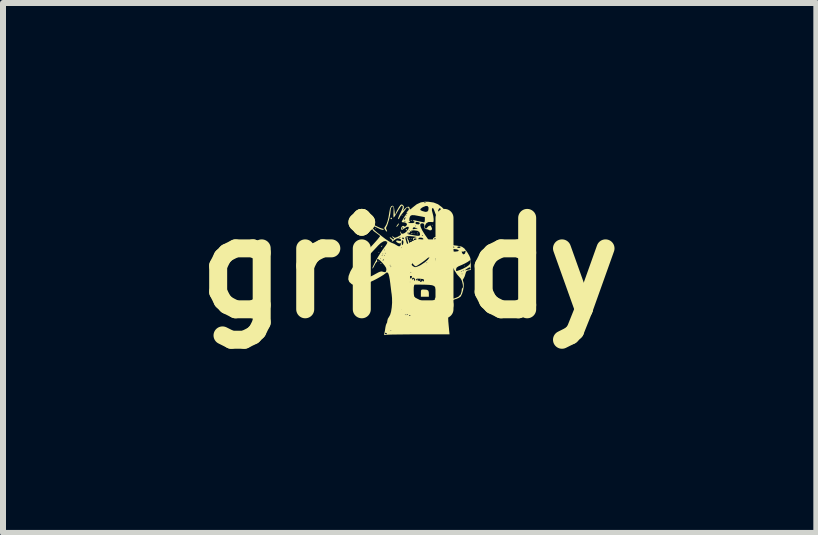
<source format=kicad_pcb>
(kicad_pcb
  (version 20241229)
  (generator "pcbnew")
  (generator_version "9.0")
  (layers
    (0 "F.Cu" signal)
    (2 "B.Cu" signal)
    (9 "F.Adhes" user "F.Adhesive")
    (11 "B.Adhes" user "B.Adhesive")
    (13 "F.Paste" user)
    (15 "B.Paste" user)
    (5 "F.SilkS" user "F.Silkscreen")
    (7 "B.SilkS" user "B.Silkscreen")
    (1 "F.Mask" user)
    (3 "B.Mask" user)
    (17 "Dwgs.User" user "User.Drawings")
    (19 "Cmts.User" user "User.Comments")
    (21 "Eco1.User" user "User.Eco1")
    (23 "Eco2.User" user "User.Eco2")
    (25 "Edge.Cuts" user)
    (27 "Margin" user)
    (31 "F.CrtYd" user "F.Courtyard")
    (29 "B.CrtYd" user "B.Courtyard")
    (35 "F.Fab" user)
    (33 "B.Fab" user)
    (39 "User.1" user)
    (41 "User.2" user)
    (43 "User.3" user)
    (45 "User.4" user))
  (footprint "griddy"
    (layer "F.Cu")
    (at 3.781 1.418)
    (property "Reference" "griddy" (at 0 0 0) (layer "F.SilkS") (effects (font (size 1.524 1.524) (thickness 0.3))))
    (attr board_only exclude_from_pos_files exclude_from_bom)
    (fp_poly (pts (xy -0.56 -0.66) (xy -0.567 -0.653) (xy -0.573 -0.66) (xy -0.567 -0.667)) (stroke (width 0) (type solid)) (fill yes) (layer "F.SilkS"))
    (fp_poly (pts (xy -0.507 -0.26) (xy -0.513 -0.253) (xy -0.52 -0.26) (xy -0.513 -0.267)) (stroke (width 0) (type solid)) (fill yes) (layer "F.SilkS"))
    (fp_poly (pts (xy -0.507 -0.113) (xy -0.513 -0.107) (xy -0.52 -0.113) (xy -0.513 -0.12)) (stroke (width 0) (type solid)) (fill yes) (layer "F.SilkS"))
    (fp_poly (pts (xy -0.387 -0.433) (xy -0.393 -0.427) (xy -0.4 -0.433) (xy -0.393 -0.44)) (stroke (width 0) (type solid)) (fill yes) (layer "F.SilkS"))
    (fp_poly (pts (xy -0.12 -0.873) (xy -0.127 -0.867) (xy -0.133 -0.873) (xy -0.127 -0.88)) (stroke (width 0) (type solid)) (fill yes) (layer "F.SilkS"))
    (fp_poly (pts (xy 0.027 -0.46) (xy 0.02 -0.453) (xy 0.013 -0.46) (xy 0.02 -0.467)) (stroke (width 0) (type solid)) (fill yes) (layer "F.SilkS"))
    (fp_poly (pts (xy 0.04 -0.607) (xy 0.033 -0.6) (xy 0.027 -0.607) (xy 0.033 -0.613)) (stroke (width 0) (type solid)) (fill yes) (layer "F.SilkS"))
    (fp_poly (pts (xy 0.04 -0.487) (xy 0.033 -0.48) (xy 0.027 -0.487) (xy 0.033 -0.493)) (stroke (width 0) (type solid)) (fill yes) (layer "F.SilkS"))
    (fp_poly (pts (xy 0.08 -0.58) (xy 0.073 -0.573) (xy 0.067 -0.58) (xy 0.073 -0.587)) (stroke (width 0) (type solid)) (fill yes) (layer "F.SilkS"))
    (fp_poly (pts (xy 0.12 0.727) (xy 0.113 0.733) (xy 0.107 0.727) (xy 0.113 0.72)) (stroke (width 0) (type solid)) (fill yes) (layer "F.SilkS"))
    (fp_poly (pts (xy 0.133 -0.593) (xy 0.127 -0.587) (xy 0.12 -0.593) (xy 0.127 -0.6)) (stroke (width 0) (type solid)) (fill yes) (layer "F.SilkS"))
    (fp_poly (pts (xy 0.133 -0.567) (xy 0.127 -0.56) (xy 0.12 -0.567) (xy 0.127 -0.573)) (stroke (width 0) (type solid)) (fill yes) (layer "F.SilkS"))
    (fp_poly (pts (xy 0.133 -0.22) (xy 0.127 -0.213) (xy 0.12 -0.22) (xy 0.127 -0.227)) (stroke (width 0) (type solid)) (fill yes) (layer "F.SilkS"))
    (fp_poly (pts (xy 0.373 -0.433) (xy 0.367 -0.427) (xy 0.36 -0.433) (xy 0.367 -0.44)) (stroke (width 0) (type solid)) (fill yes) (layer "F.SilkS"))
    (fp_poly (pts (xy 0.387 -0.713) (xy 0.38 -0.707) (xy 0.373 -0.713) (xy 0.38 -0.72)) (stroke (width 0) (type solid)) (fill yes) (layer "F.SilkS"))
    (fp_poly (pts (xy 0.493 -0.793) (xy 0.487 -0.787) (xy 0.48 -0.793) (xy 0.487 -0.8)) (stroke (width 0) (type solid)) (fill yes) (layer "F.SilkS"))
    (fp_poly (pts (xy 0.92 -0.033) (xy 0.913 -0.027) (xy 0.907 -0.033) (xy 0.913 -0.04)) (stroke (width 0) (type solid)) (fill yes) (layer "F.SilkS"))
    (fp_poly (pts (xy -0.471 -0.076) (xy -0.473 -0.068) (xy -0.48 -0.067) (xy -0.491 -0.072) (xy -0.489 -0.076) (xy -0.473 -0.077)) (stroke (width 0) (type solid)) (fill yes) (layer "F.SilkS"))
    (fp_poly (pts (xy 0.009 -0.489) (xy 0.007 -0.481) (xy 0 -0.48) (xy -0.011 -0.485) (xy -0.009 -0.489) (xy 0.007 -0.49)) (stroke (width 0) (type solid)) (fill yes) (layer "F.SilkS"))
    (fp_poly (pts (xy 0.036 -0.796) (xy 0.034 -0.788) (xy 0.027 -0.787) (xy 0.016 -0.792) (xy 0.018 -0.796) (xy 0.034 -0.797)) (stroke (width 0) (type solid)) (fill yes) (layer "F.SilkS"))
    (fp_poly (pts (xy 0.05 -0.581) (xy 0.046 -0.575) (xy 0.032 -0.574) (xy 0.018 -0.578) (xy 0.024 -0.582) (xy 0.045 -0.584)) (stroke (width 0) (type solid)) (fill yes) (layer "F.SilkS"))
    (fp_poly (pts (xy 0.076 -0.262) (xy 0.074 -0.254) (xy 0.067 -0.253) (xy 0.056 -0.258) (xy 0.058 -0.262) (xy 0.074 -0.264)) (stroke (width 0) (type solid)) (fill yes) (layer "F.SilkS"))
    (fp_poly (pts (xy 0.182 0.191) (xy 0.184 0.207) (xy 0.182 0.209) (xy 0.174 0.207) (xy 0.173 0.2) (xy 0.178 0.189)) (stroke (width 0) (type solid)) (fill yes) (layer "F.SilkS"))
    (fp_poly (pts (xy 0.476 -0.729) (xy 0.474 -0.721) (xy 0.467 -0.72) (xy 0.456 -0.725) (xy 0.458 -0.729) (xy 0.474 -0.73)) (stroke (width 0) (type solid)) (fill yes) (layer "F.SilkS"))
    (fp_poly (pts (xy 0.466 -0.777) (xy 0.471 -0.767) (xy 0.475 -0.748) (xy 0.466 -0.752) (xy 0.459 -0.761) (xy 0.455 -0.778) (xy 0.457 -0.781)) (stroke (width 0) (type solid)) (fill yes) (layer "F.SilkS"))
    (fp_poly (pts (xy 0.501 -0.938) (xy 0.498 -0.927) (xy 0.488 -0.909) (xy 0.481 -0.912) (xy 0.48 -0.919) (xy 0.49 -0.937) (xy 0.493 -0.94)) (stroke (width 0) (type solid)) (fill yes) (layer "F.SilkS"))
    (fp_poly (pts (xy -0.458 -0.365) (xy -0.46 -0.36) (xy -0.473 -0.347) (xy -0.475 -0.347) (xy -0.476 -0.355) (xy -0.473 -0.36) (xy -0.461 -0.373) (xy -0.458 -0.373)) (stroke (width 0) (type solid)) (fill yes) (layer "F.SilkS"))
    (fp_poly (pts (xy -0.294 -0.83) (xy -0.293 -0.827) (xy -0.303 -0.814) (xy -0.307 -0.813) (xy -0.32 -0.823) (xy -0.32 -0.827) (xy -0.31 -0.84) (xy -0.307 -0.84)) (stroke (width 0) (type solid)) (fill yes) (layer "F.SilkS"))
    (fp_poly (pts (xy -0.053 -0.647) (xy -0.041 -0.635) (xy -0.04 -0.633) (xy -0.05 -0.627) (xy -0.053 -0.627) (xy -0.066 -0.637) (xy -0.067 -0.641) (xy -0.058 -0.649)) (stroke (width 0) (type solid)) (fill yes) (layer "F.SilkS"))
    (fp_poly (pts (xy 0.066 -0.443) (xy 0.067 -0.44) (xy 0.057 -0.427) (xy 0.053 -0.427) (xy 0.04 -0.437) (xy 0.04 -0.44) (xy 0.05 -0.453) (xy 0.053 -0.453)) (stroke (width 0) (type solid)) (fill yes) (layer "F.SilkS"))
    (fp_poly (pts (xy -0.185 -0.723) (xy -0.185 -0.722) (xy -0.203 -0.697) (xy -0.215 -0.686) (xy -0.223 -0.685) (xy -0.215 -0.704) (xy -0.215 -0.704) (xy -0.197 -0.73) (xy -0.185 -0.741) (xy -0.177 -0.741)) (stroke (width 0) (type solid)) (fill yes) (layer "F.SilkS"))
    (fp_poly (pts (xy 0.28 0.363) (xy 0.307 0.375) (xy 0.318 0.4) (xy 0.32 0.428) (xy 0.32 0.48) (xy 0.187 0.48) (xy 0.187 0.42) (xy 0.188 0.383) (xy 0.194 0.366) (xy 0.212 0.36) (xy 0.232 0.36)) (stroke (width 0) (type solid)) (fill yes) (layer "F.SilkS"))
    (fp_poly (pts (xy 0.32 0.625) (xy 0.318 0.665) (xy 0.311 0.687) (xy 0.295 0.697) (xy 0.29 0.698) (xy 0.257 0.705) (xy 0.226 0.701) (xy 0.21 0.697) (xy 0.195 0.687) (xy 0.188 0.663) (xy 0.187 0.626) (xy 0.187 0.56) (xy 0.32 0.56)) (stroke (width 0) (type solid)) (fill yes) (layer "F.SilkS"))
    (fp_poly (pts (xy 0.311 -1.104) (xy 0.4 -1.091) (xy 0.473 -1.062) (xy 0.538 -1.013) (xy 0.573 -0.977) (xy 0.617 -0.924) (xy 0.646 -0.878) (xy 0.663 -0.831) (xy 0.673 -0.772) (xy 0.675 -0.751) (xy 0.673 -0.654) (xy 0.651 -0.56) (xy 0.61 -0.477) (xy 0.575 -0.431) (xy 0.558 -0.405) (xy 0.565 -0.391) (xy 0.593 -0.391) (xy 0.603 -0.393) (xy 0.624 -0.398) (xy 0.621 -0.392) (xy 0.608 -0.381) (xy 0.585 -0.368) (xy 0.573 -0.367) (xy 0.567 -0.362) (xy 0.57 -0.345) (xy 0.579 -0.327) (xy 0.597 -0.322) (xy 0.625 -0.326) (xy 0.669 -0.331) (xy 0.709 -0.333) (xy 0.71 -0.333) (xy 0.737 -0.337) (xy 0.747 -0.345) (xy 0.745 -0.347) (xy 0.793 -0.347) (xy 0.798 -0.337) (xy 0.82 -0.333) (xy 0.843 -0.337) (xy 0.847 -0.347) (xy 0.827 -0.359) (xy 0.82 -0.36) (xy 0.798 -0.352) (xy 0.793 -0.347) (xy 0.745 -0.347) (xy 0.736 -0.357) (xy 0.711 -0.363) (xy 0.687 -0.363) (xy 0.676 -0.356) (xy 0.662 -0.348) (xy 0.648 -0.351) (xy 0.633 -0.364) (xy 0.633 -0.373) (xy 0.65 -0.379) (xy 0.686 -0.381) (xy 0.734 -0.378) (xy 0.785 -0.372) (xy 0.833 -0.364) (xy 0.87 -0.354) (xy 0.874 -0.352) (xy 0.912 -0.325) (xy 0.953 -0.272) (xy 0.967 -0.251) (xy 0.994 -0.204) (xy 1.01 -0.167) (xy 1.017 -0.129) (xy 1.019 -0.078) (xy 1.019 -0.067) (xy 1.02 0.033) (xy 0.981 0.04) (xy 0.954 0.049) (xy 0.939 0.069) (xy 0.93 0.099) (xy 0.918 0.139) (xy 0.902 0.171) (xy 0.899 0.175) (xy 0.885 0.198) (xy 0.892 0.225) (xy 0.894 0.227) (xy 0.902 0.263) (xy 0.901 0.315) (xy 0.891 0.372) (xy 0.875 0.427) (xy 0.855 0.469) (xy 0.847 0.48) (xy 0.82 0.498) (xy 0.781 0.515) (xy 0.768 0.518) (xy 0.727 0.533) (xy 0.695 0.552) (xy 0.689 0.558) (xy 0.675 0.585) (xy 0.663 0.633) (xy 0.653 0.694) (xy 0.646 0.762) (xy 0.642 0.83) (xy 0.644 0.891) (xy 0.645 0.9) (xy 0.65 0.957) (xy 0.656 1.016) (xy 0.658 1.043) (xy 0.665 1.107) (xy 0.161 1.107) (xy 0.046 1.107) (xy -0.063 1.108) (xy -0.161 1.109) (xy -0.245 1.11) (xy -0.313 1.111) (xy -0.361 1.113) (xy -0.386 1.115) (xy -0.387 1.115) (xy -0.416 1.12) (xy -0.426 1.113) (xy -0.423 1.093) (xy -0.413 1.093) (xy -0.402 1.105) (xy -0.393 1.107) (xy -0.379 1.1) (xy -0.38 1.093) (xy -0.397 1.081) (xy -0.401 1.08) (xy -0.413 1.09) (xy -0.413 1.093) (xy -0.423 1.093) (xy -0.422 1.091) (xy -0.422 1.089) (xy -0.414 1.053) (xy -0.413 1.047) (xy -0.32 1.047) (xy -0.313 1.053) (xy -0.307 1.047) (xy -0.313 1.04) (xy -0.32 1.047) (xy -0.413 1.047) (xy -0.407 1.007) (xy -0.405 0.993) (xy -0.397 0.955) (xy -0.388 0.93) (xy -0.385 0.926) (xy -0.376 0.908) (xy -0.373 0.883) (xy -0.364 0.847) (xy -0.347 0.82) (xy -0.331 0.792) (xy -0.011 0.792) (xy -0.008 0.799) (xy -0.001 0.8) (xy 0.017 0.79) (xy 0.02 0.787) (xy 0.018 0.779) (xy 0.007 0.782) (xy -0.011 0.792) (xy -0.331 0.792) (xy -0.327 0.784) (xy -0.325 0.78) (xy -0.08 0.78) (xy -0.073 0.787) (xy -0.072 0.786) (xy -0.05 0.786) (xy -0.048 0.787) (xy -0.036 0.777) (xy -0.033 0.773) (xy -0.03 0.761) (xy -0.032 0.76) (xy -0.044 0.769) (xy -0.047 0.773) (xy -0.05 0.786) (xy -0.072 0.786) (xy -0.067 0.78) (xy -0.073 0.773) (xy -0.08 0.78) (xy -0.325 0.78) (xy -0.31 0.729) (xy -0.299 0.659) (xy -0.293 0.582) (xy -0.294 0.503) (xy -0.3 0.44) (xy -0.305 0.407) (xy -0.311 0.356) (xy -0.319 0.294) (xy -0.323 0.258) (xy -0.196 0.258) (xy -0.187 0.266) (xy -0.165 0.273) (xy -0.157 0.272) (xy -0.152 0.281) (xy -0.148 0.311) (xy -0.145 0.356) (xy -0.144 0.376) (xy -0.143 0.431) (xy -0.141 0.478) (xy -0.139 0.509) (xy -0.139 0.513) (xy -0.137 0.541) (xy -0.135 0.585) (xy -0.135 0.614) (xy -0.133 0.688) (xy -0.063 0.722) (xy -0.025 0.74) (xy 0.002 0.751) (xy 0.011 0.753) (xy 0.006 0.742) (xy -0.012 0.721) (xy -0.023 0.708) (xy -0.031 0.692) (xy -0.036 0.668) (xy -0.038 0.631) (xy -0.039 0.627) (xy 0.067 0.627) (xy 0.067 0.681) (xy 0.071 0.715) (xy 0.079 0.736) (xy 0.092 0.75) (xy 0.096 0.753) (xy 0.125 0.763) (xy 0.172 0.77) (xy 0.23 0.773) (xy 0.289 0.773) (xy 0.343 0.769) (xy 0.357 0.767) (xy 0.427 0.767) (xy 0.433 0.773) (xy 0.44 0.767) (xy 0.433 0.76) (xy 0.427 0.767) (xy 0.357 0.767) (xy 0.382 0.762) (xy 0.391 0.758) (xy 0.415 0.742) (xy 0.43 0.723) (xy 0.437 0.693) (xy 0.44 0.645) (xy 0.44 0.624) (xy 0.437 0.567) (xy 0.43 0.536) (xy 0.423 0.53) (xy 0.416 0.52) (xy 0.429 0.502) (xy 0.442 0.483) (xy 0.447 0.453) (xy 0.444 0.406) (xy 0.444 0.403) (xy 0.438 0.356) (xy 0.427 0.322) (xy 0.407 0.301) (xy 0.374 0.288) (xy 0.324 0.282) (xy 0.251 0.279) (xy 0.247 0.279) (xy 0.186 0.278) (xy 0.134 0.278) (xy 0.097 0.278) (xy 0.083 0.278) (xy 0.074 0.29) (xy 0.068 0.323) (xy 0.067 0.377) (xy 0.069 0.435) (xy 0.076 0.476) (xy 0.083 0.492) (xy 0.093 0.508) (xy 0.083 0.516) (xy 0.074 0.532) (xy 0.068 0.571) (xy 0.067 0.627) (xy -0.039 0.627) (xy -0.04 0.577) (xy -0.04 0.501) (xy -0.039 0.409) (xy -0.036 0.341) (xy -0.029 0.292) (xy -0.02 0.261) (xy -0.006 0.244) (xy 0.009 0.237) (xy 0.01 0.232) (xy -0.011 0.222) (xy -0.048 0.209) (xy -0.052 0.208) (xy -0.137 0.184) (xy -0.172 0.219) (xy -0.193 0.244) (xy -0.196 0.258) (xy -0.323 0.258) (xy -0.324 0.252) (xy -0.332 0.191) (xy -0.342 0.139) (xy -0.349 0.113) (xy -0.08 0.113) (xy -0.073 0.12) (xy -0.067 0.113) (xy -0.073 0.107) (xy -0.08 0.113) (xy -0.349 0.113) (xy -0.352 0.102) (xy -0.359 0.088) (xy -0.359 0.088) (xy -0.062 0.088) (xy -0.058 0.105) (xy -0.047 0.128) (xy -0.038 0.133) (xy -0.029 0.145) (xy -0.027 0.16) (xy -0.021 0.182) (xy -0.012 0.187) (xy -0.004 0.176) (xy -0.007 0.158) (xy -0.012 0.149) (xy 0.002 0.149) (xy 0.009 0.167) (xy 0.018 0.181) (xy 0.018 0.181) (xy 0.04 0.181) (xy 0.043 0.196) (xy 0.058 0.189) (xy 0.06 0.186) (xy 0.075 0.177) (xy 0.074 0.187) (xy 0.072 0.191) (xy 0.072 0.21) (xy 0.08 0.213) (xy 0.091 0.203) (xy 0.091 0.197) (xy 0.107 0.197) (xy 0.109 0.212) (xy 0.118 0.203) (xy 0.12 0.2) (xy 0.13 0.189) (xy 0.134 0.202) (xy 0.134 0.207) (xy 0.138 0.221) (xy 0.142 0.217) (xy 0.152 0.209) (xy 0.17 0.222) (xy 0.188 0.236) (xy 0.197 0.229) (xy 0.202 0.218) (xy 0.21 0.205) (xy 0.212 0.21) (xy 0.221 0.225) (xy 0.234 0.223) (xy 0.24 0.207) (xy 0.231 0.188) (xy 0.223 0.185) (xy 0.167 0.179) (xy 0.132 0.178) (xy 0.114 0.182) (xy 0.107 0.19) (xy 0.107 0.197) (xy 0.091 0.197) (xy 0.091 0.19) (xy 0.079 0.17) (xy 0.06 0.162) (xy 0.044 0.168) (xy 0.04 0.181) (xy 0.018 0.181) (xy 0.028 0.171) (xy 0.039 0.149) (xy 0.04 0.143) (xy 0.029 0.134) (xy 0.02 0.133) (xy 0.003 0.136) (xy 0.002 0.149) (xy -0.012 0.149) (xy -0.024 0.125) (xy -0.041 0.103) (xy -0.058 0.085) (xy -0.062 0.088) (xy -0.359 0.088) (xy -0.363 0.084) (xy -0.025 0.084) (xy -0.021 0.091) (xy -0.008 0.106) (xy -0.00013 0.103) (xy 0 0.101) (xy -0.009 0.09) (xy -0.015 0.085) (xy -0.025 0.084) (xy -0.363 0.084) (xy -0.374 0.074) (xy -0.389 0.078) (xy -0.403 0.09) (xy -0.438 0.116) (xy -0.49 0.148) (xy -0.55 0.182) (xy -0.611 0.213) (xy -0.613 0.213) (xy -0.658 0.235) (xy -0.713 0.261) (xy -0.757 0.282) (xy -0.84 0.324) (xy -0.903 0.3) (xy -0.967 0.269) (xy -1.007 0.233) (xy -1.024 0.189) (xy -1.02 0.15) (xy -0.929 0.15) (xy -0.924 0.173) (xy -0.913 0.188) (xy -0.882 0.208) (xy -0.839 0.211) (xy -0.78 0.198) (xy -0.73 0.179) (xy -0.671 0.152) (xy -0.609 0.122) (xy -0.573 0.102) (xy -0.525 0.076) (xy -0.519 0.073) (xy 0.013 0.073) (xy 0.02 0.08) (xy 0.027 0.073) (xy 0.02 0.067) (xy 0.013 0.073) (xy -0.519 0.073) (xy -0.492 0.062) (xy -0.466 0.058) (xy -0.442 0.064) (xy -0.433 0.067) (xy -0.407 0.071) (xy -0.396 0.06) (xy -0.053 0.06) (xy -0.047 0.067) (xy -0.04 0.06) (xy -0.047 0.053) (xy -0.053 0.06) (xy -0.396 0.06) (xy -0.394 0.058) (xy -0.388 0.029) (xy -0.393 -0.001) (xy -0.405 -0.02) (xy -0.32 -0.02) (xy -0.313 -0.013) (xy -0.307 -0.02) (xy -0.313 -0.027) (xy -0.32 -0.02) (xy -0.405 -0.02) (xy -0.414 -0.035) (xy -0.423 -0.047) (xy -0.333 -0.047) (xy -0.327 -0.04) (xy -0.32 -0.047) (xy -0.327 -0.053) (xy -0.333 -0.047) (xy -0.423 -0.047) (xy -0.452 -0.082) (xy -0.454 -0.084) (xy -0.49 -0.121) (xy -0.45 -0.121) (xy -0.448 -0.12) (xy -0.436 -0.129) (xy -0.433 -0.133) (xy -0.43 -0.146) (xy -0.432 -0.147) (xy -0.444 -0.137) (xy -0.447 -0.133) (xy -0.45 -0.121) (xy -0.49 -0.121) (xy -0.495 -0.125) (xy -0.524 -0.147) (xy -0.541 -0.149) (xy -0.545 -0.13) (xy -0.542 -0.118) (xy -0.542 -0.101) (xy -0.547 -0.1) (xy -0.558 -0.093) (xy -0.575 -0.068) (xy -0.586 -0.045) (xy -0.603 -0.011) (xy -0.616 0.008) (xy -0.622 0.01) (xy -0.62 -0.006) (xy -0.606 -0.039) (xy -0.583 -0.085) (xy -0.553 -0.139) (xy -0.545 -0.153) (xy -0.493 -0.153) (xy -0.487 -0.147) (xy -0.48 -0.153) (xy -0.487 -0.16) (xy -0.493 -0.153) (xy -0.545 -0.153) (xy -0.528 -0.183) (xy -0.078 -0.183) (xy -0.075 -0.175) (xy -0.061 -0.161) (xy -0.053 -0.164) (xy -0.053 -0.166) (xy -0.063 -0.177) (xy -0.069 -0.181) (xy -0.078 -0.183) (xy -0.528 -0.183) (xy -0.52 -0.197) (xy -0.513 -0.207) (xy -0.467 -0.207) (xy -0.46 -0.2) (xy -0.453 -0.207) (xy -0.427 -0.207) (xy -0.42 -0.2) (xy -0.413 -0.207) (xy -0.42 -0.213) (xy -0.427 -0.207) (xy -0.453 -0.207) (xy -0.46 -0.213) (xy -0.467 -0.207) (xy -0.513 -0.207) (xy -0.509 -0.214) (xy -0.073 -0.214) (xy -0.069 -0.201) (xy -0.055 -0.194) (xy -0.034 -0.175) (xy -0.022 -0.146) (xy -0.006 -0.102) (xy 0.022 -0.061) (xy 0.055 -0.029) (xy 0.087 -0.014) (xy 0.092 -0.013) (xy 0.122 -0.02) (xy 0.163 -0.037) (xy 0.184 -0.048) (xy 0.242 -0.087) (xy 0.28 -0.087) (xy 0.287 -0.08) (xy 0.293 -0.087) (xy 0.287 -0.093) (xy 0.28 -0.087) (xy 0.242 -0.087) (xy 0.252 -0.093) (xy 0.3 -0.135) (xy 0.322 -0.163) (xy 0.33 -0.182) (xy 0.324 -0.183) (xy 0.302 -0.167) (xy 0.285 -0.152) (xy 0.257 -0.129) (xy 0.219 -0.101) (xy 0.177 -0.072) (xy 0.139 -0.047) (xy 0.111 -0.031) (xy 0.1 -0.027) (xy 0.083 -0.037) (xy 0.058 -0.062) (xy 0.031 -0.095) (xy 0.007 -0.128) (xy -0.007 -0.154) (xy -0.009 -0.163) (xy -0.015 -0.178) (xy -0.034 -0.197) (xy -0.056 -0.212) (xy -0.071 -0.216) (xy -0.073 -0.214) (xy -0.509 -0.214) (xy -0.497 -0.233) (xy -0.453 -0.233) (xy -0.447 -0.227) (xy -0.44 -0.233) (xy -0.447 -0.24) (xy -0.453 -0.233) (xy -0.497 -0.233) (xy -0.489 -0.247) (xy -0.413 -0.247) (xy -0.407 -0.24) (xy -0.4 -0.247) (xy -0.407 -0.253) (xy -0.413 -0.247) (xy -0.489 -0.247) (xy -0.485 -0.253) (xy -0.471 -0.273) (xy -0.12 -0.273) (xy -0.113 -0.267) (xy -0.107 -0.273) (xy -0.113 -0.28) (xy -0.12 -0.273) (xy -0.471 -0.273) (xy -0.453 -0.3) (xy -0.427 -0.3) (xy -0.42 -0.293) (xy -0.413 -0.3) (xy -0.414 -0.301) (xy -0.036 -0.301) (xy -0.03 -0.29) (xy -0.011 -0.266) (xy 0.009 -0.242) (xy 0.046 -0.206) (xy 0.077 -0.189) (xy 0.096 -0.187) (xy 0.134 -0.192) (xy 0.172 -0.207) (xy 0.201 -0.225) (xy 0.214 -0.244) (xy 0.214 -0.244) (xy 0.218 -0.251) (xy 0.226 -0.241) (xy 0.245 -0.232) (xy 0.281 -0.229) (xy 0.323 -0.231) (xy 0.364 -0.237) (xy 0.393 -0.248) (xy 0.401 -0.255) (xy 0.409 -0.253) (xy 0.418 -0.225) (xy 0.429 -0.171) (xy 0.442 -0.092) (xy 0.454 -0.00015) (xy 0.465 0.07) (xy 0.481 0.143) (xy 0.498 0.206) (xy 0.502 0.22) (xy 0.522 0.278) (xy 0.542 0.336) (xy 0.557 0.379) (xy 0.581 0.431) (xy 0.611 0.476) (xy 0.643 0.507) (xy 0.672 0.52) (xy 0.673 0.52) (xy 0.699 0.517) (xy 0.738 0.509) (xy 0.754 0.505) (xy 0.813 0.48) (xy 0.851 0.44) (xy 0.866 0.387) (xy 0.867 0.378) (xy 0.87 0.348) (xy 0.88 0.334) (xy 0.881 0.333) (xy 0.889 0.321) (xy 0.887 0.284) (xy 0.886 0.277) (xy 0.873 0.22) (xy 0.852 0.178) (xy 0.816 0.136) (xy 0.807 0.127) (xy 0.785 0.1) (xy 0.867 0.1) (xy 0.873 0.107) (xy 0.88 0.1) (xy 0.873 0.093) (xy 0.867 0.1) (xy 0.785 0.1) (xy 0.784 0.098) (xy 0.76 0.06) (xy 0.853 0.06) (xy 0.86 0.067) (xy 0.867 0.06) (xy 0.86 0.053) (xy 0.853 0.06) (xy 0.76 0.06) (xy 0.752 0.049) (xy 0.742 0.03) (xy 0.774 0.03) (xy 0.774 0.045) (xy 0.779 0.051) (xy 0.797 0.048) (xy 0.808 0.044) (xy 0.884 0.044) (xy 0.886 0.052) (xy 0.893 0.053) (xy 0.904 0.048) (xy 0.902 0.044) (xy 0.886 0.043) (xy 0.884 0.044) (xy 0.808 0.044) (xy 0.82 0.04) (xy 0.916 0.04) (xy 0.961 0.032) (xy 0.993 0.025) (xy 1.01 0.02) (xy 1.011 0.019) (xy 1.013 0.005) (xy 1.011 -0.003) (xy 1.003 -0.012) (xy 0.983 -0.004) (xy 0.961 0.009) (xy 0.916 0.04) (xy 0.82 0.04) (xy 0.832 0.036) (xy 0.841 0.033) (xy 0.888 0.013) (xy 0.94 -0.014) (xy 0.956 -0.024) (xy 0.992 -0.05) (xy 1.01 -0.075) (xy 1.013 -0.096) (xy 1.013 -0.133) (xy 0.966 -0.1) (xy 0.923 -0.076) (xy 0.873 -0.052) (xy 0.856 -0.045) (xy 0.81 -0.025) (xy 0.785 -0.007) (xy 0.775 0.016) (xy 0.774 0.03) (xy 0.742 0.03) (xy 0.715 -0.018) (xy 0.673 -0.099) (xy 0.661 -0.123) (xy 0.622 -0.204) (xy 0.591 -0.263) (xy 0.571 -0.295) (xy 0.594 -0.295) (xy 0.598 -0.286) (xy 0.624 -0.278) (xy 0.67 -0.273) (xy 0.706 -0.272) (xy 0.768 -0.273) (xy 0.794 -0.277) (xy 0.868 -0.277) (xy 0.87 -0.262) (xy 0.875 -0.248) (xy 0.891 -0.229) (xy 0.9 -0.227) (xy 0.919 -0.237) (xy 0.925 -0.248) (xy 0.933 -0.278) (xy 0.928 -0.288) (xy 0.914 -0.28) (xy 0.891 -0.271) (xy 0.881 -0.273) (xy 0.868 -0.277) (xy 0.794 -0.277) (xy 0.805 -0.278) (xy 0.818 -0.287) (xy 0.812 -0.3) (xy 0.784 -0.31) (xy 0.741 -0.315) (xy 0.687 -0.314) (xy 0.658 -0.311) (xy 0.613 -0.304) (xy 0.594 -0.295) (xy 0.571 -0.295) (xy 0.566 -0.302) (xy 0.543 -0.325) (xy 0.521 -0.333) (xy 0.496 -0.329) (xy 0.464 -0.315) (xy 0.438 -0.302) (xy 0.396 -0.283) (xy 0.351 -0.267) (xy 0.307 -0.255) (xy 0.273 -0.25) (xy 0.255 -0.252) (xy 0.253 -0.255) (xy 0.264 -0.266) (xy 0.267 -0.267) (xy 0.28 -0.275) (xy 0.28 -0.278) (xy 0.268 -0.283) (xy 0.237 -0.284) (xy 0.203 -0.283) (xy 0.144 -0.283) (xy 0.079 -0.287) (xy 0.047 -0.291) (xy 0.004 -0.297) (xy -0.026 -0.301) (xy -0.036 -0.301) (xy -0.414 -0.301) (xy -0.42 -0.307) (xy -0.427 -0.3) (xy -0.453 -0.3) (xy -0.451 -0.303) (xy -0.431 -0.33) (xy -0.419 -0.347) (xy -0.146 -0.347) (xy -0.142 -0.34) (xy -0.135 -0.33) (xy -0.116 -0.309) (xy -0.107 -0.309) (xy -0.107 -0.312) (xy -0.116 -0.323) (xy -0.13 -0.335) (xy -0.146 -0.347) (xy -0.419 -0.347) (xy -0.396 -0.378) (xy -0.377 -0.409) (xy -0.373 -0.429) (xy -0.376 -0.437) (xy -0.403 -0.45) (xy -0.439 -0.442) (xy -0.482 -0.415) (xy -0.524 -0.376) (xy -0.555 -0.342) (xy -0.599 -0.295) (xy -0.65 -0.241) (xy -0.702 -0.186) (xy -0.704 -0.183) (xy -0.783 -0.096) (xy -0.843 -0.023) (xy -0.886 0.041) (xy -0.914 0.098) (xy -0.921 0.116) (xy -0.929 0.15) (xy -1.02 0.15) (xy -1.018 0.134) (xy -0.992 0.065) (xy -0.98 0.042) (xy -0.957 0.004) (xy -0.924 -0.044) (xy -0.885 -0.096) (xy -0.844 -0.15) (xy -0.803 -0.199) (xy -0.766 -0.24) (xy -0.738 -0.269) (xy -0.721 -0.28) (xy -0.72 -0.28) (xy -0.708 -0.289) (xy -0.682 -0.314) (xy -0.648 -0.35) (xy -0.609 -0.393) (xy -0.57 -0.436) (xy -0.535 -0.476) (xy -0.509 -0.509) (xy -0.495 -0.528) (xy -0.494 -0.532) (xy -0.504 -0.543) (xy -0.531 -0.564) (xy -0.56 -0.585) (xy -0.598 -0.613) (xy -0.618 -0.635) (xy -0.626 -0.659) (xy -0.627 -0.675) (xy -0.625 -0.703) (xy -0.616 -0.716) (xy -0.595 -0.715) (xy -0.558 -0.699) (xy -0.533 -0.687) (xy -0.492 -0.668) (xy -0.458 -0.656) (xy -0.444 -0.653) (xy -0.43 -0.649) (xy -0.436 -0.639) (xy -0.453 -0.635) (xy -0.485 -0.644) (xy -0.532 -0.666) (xy -0.575 -0.687) (xy -0.599 -0.697) (xy -0.61 -0.696) (xy -0.613 -0.685) (xy -0.613 -0.679) (xy -0.613 -0.666) (xy -0.609 -0.654) (xy -0.598 -0.64) (xy -0.579 -0.621) (xy -0.546 -0.593) (xy -0.497 -0.555) (xy -0.458 -0.524) (xy -0.406 -0.484) (xy -0.357 -0.451) (xy -0.319 -0.428) (xy -0.298 -0.418) (xy -0.258 -0.403) (xy -0.228 -0.385) (xy -0.19 -0.363) (xy -0.163 -0.362) (xy -0.149 -0.382) (xy -0.148 -0.397) (xy -0.15 -0.418) (xy -0.155 -0.418) (xy -0.155 -0.417) (xy -0.167 -0.408) (xy -0.192 -0.415) (xy -0.194 -0.416) (xy -0.197 -0.418) (xy -0.133 -0.418) (xy -0.129 -0.388) (xy -0.12 -0.381) (xy -0.11 -0.397) (xy -0.104 -0.425) (xy -0.107 -0.452) (xy -0.117 -0.463) (xy -0.129 -0.457) (xy -0.133 -0.427) (xy -0.133 -0.418) (xy -0.197 -0.418) (xy -0.222 -0.435) (xy -0.226 -0.452) (xy -0.209 -0.459) (xy -0.18 -0.453) (xy -0.153 -0.449) (xy -0.142 -0.46) (xy -0.148 -0.478) (xy -0.171 -0.491) (xy -0.197 -0.495) (xy -0.222 -0.488) (xy -0.256 -0.465) (xy -0.26 -0.462) (xy -0.287 -0.442) (xy -0.299 -0.436) (xy -0.297 -0.441) (xy -0.289 -0.459) (xy -0.304 -0.475) (xy -0.307 -0.477) (xy -0.328 -0.496) (xy -0.333 -0.509) (xy -0.325 -0.512) (xy -0.305 -0.498) (xy -0.301 -0.495) (xy -0.275 -0.476) (xy -0.261 -0.479) (xy -0.26 -0.492) (xy -0.264 -0.493) (xy -0.274 -0.5) (xy -0.128 -0.5) (xy -0.127 -0.493) (xy -0.11 -0.481) (xy -0.106 -0.48) (xy -0.094 -0.49) (xy -0.093 -0.493) (xy -0.102 -0.503) (xy -0.072 -0.503) (xy -0.067 -0.477) (xy -0.054 -0.433) (xy -0.041 -0.396) (xy -0.033 -0.365) (xy -0.034 -0.346) (xy -0.03 -0.332) (xy -0.008 -0.318) (xy 0.025 -0.309) (xy 0.043 -0.307) (xy 0.07 -0.309) (xy 0.077 -0.312) (xy 0.095 -0.312) (xy 0.101 -0.305) (xy 0.129 -0.298) (xy 0.172 -0.295) (xy 0.251 -0.292) (xy 0.263 -0.309) (xy 0.402 -0.309) (xy 0.407 -0.308) (xy 0.426 -0.315) (xy 0.447 -0.329) (xy 0.462 -0.343) (xy 0.455 -0.344) (xy 0.452 -0.343) (xy 0.436 -0.342) (xy 0.436 -0.361) (xy 0.437 -0.363) (xy 0.437 -0.367) (xy 0.453 -0.367) (xy 0.46 -0.36) (xy 0.467 -0.367) (xy 0.46 -0.373) (xy 0.453 -0.367) (xy 0.437 -0.367) (xy 0.439 -0.382) (xy 0.428 -0.381) (xy 0.417 -0.361) (xy 0.417 -0.346) (xy 0.416 -0.323) (xy 0.409 -0.315) (xy 0.402 -0.309) (xy 0.263 -0.309) (xy 0.293 -0.353) (xy 0.319 -0.397) (xy 0.326 -0.427) (xy 0.313 -0.439) (xy 0.307 -0.44) (xy 0.293 -0.43) (xy 0.27 -0.404) (xy 0.252 -0.38) (xy 0.225 -0.345) (xy 0.203 -0.327) (xy 0.176 -0.321) (xy 0.151 -0.32) (xy 0.111 -0.318) (xy 0.095 -0.312) (xy 0.077 -0.312) (xy 0.08 -0.313) (xy 0.069 -0.322) (xy 0.042 -0.335) (xy 0.036 -0.338) (xy 0.033 -0.34) (xy 0.107 -0.34) (xy 0.113 -0.333) (xy 0.12 -0.34) (xy 0.113 -0.347) (xy 0.107 -0.34) (xy 0.033 -0.34) (xy 0.009 -0.354) (xy -0.01 -0.378) (xy -0.011 -0.38) (xy 0 -0.38) (xy 0.007 -0.373) (xy 0.013 -0.38) (xy 0.007 -0.387) (xy 0 -0.38) (xy -0.011 -0.38) (xy -0.027 -0.419) (xy -0.03 -0.429) (xy -0.045 -0.476) (xy -0.051 -0.504) (xy -0.051 -0.516) (xy -0.044 -0.52) (xy -0.04 -0.52) (xy -0.033 -0.51) (xy -0.035 -0.501) (xy -0.033 -0.48) (xy -0.028 -0.474) (xy -0.015 -0.455) (xy -0.013 -0.44) (xy -0.006 -0.414) (xy 0.002 -0.405) (xy 0.012 -0.405) (xy 0.008 -0.421) (xy 0.004 -0.436) (xy 0.012 -0.432) (xy 0.026 -0.417) (xy 0.05 -0.395) (xy 0.069 -0.387) (xy 0.077 -0.377) (xy 0.075 -0.363) (xy 0.071 -0.349) (xy 0.079 -0.357) (xy 0.087 -0.366) (xy 0.093 -0.377) (xy 0.122 -0.377) (xy 0.126 -0.365) (xy 0.141 -0.37) (xy 0.149 -0.375) (xy 0.182 -0.399) (xy 0.189 -0.407) (xy 0.24 -0.407) (xy 0.247 -0.4) (xy 0.253 -0.407) (xy 0.247 -0.413) (xy 0.24 -0.407) (xy 0.189 -0.407) (xy 0.2 -0.418) (xy 0.225 -0.46) (xy 0.24 -0.46) (xy 0.247 -0.453) (xy 0.253 -0.46) (xy 0.247 -0.467) (xy 0.24 -0.46) (xy 0.225 -0.46) (xy 0.225 -0.46) (xy 0.228 -0.488) (xy 0.208 -0.503) (xy 0.178 -0.506) (xy 0.16 -0.504) (xy 0.147 -0.492) (xy 0.138 -0.465) (xy 0.129 -0.418) (xy 0.127 -0.409) (xy 0.122 -0.377) (xy 0.093 -0.377) (xy 0.101 -0.392) (xy 0.106 -0.417) (xy 0.103 -0.432) (xy 0.091 -0.432) (xy 0.082 -0.43) (xy 0.086 -0.438) (xy 0.101 -0.448) (xy 0.108 -0.446) (xy 0.117 -0.451) (xy 0.12 -0.466) (xy 0.111 -0.489) (xy 0.093 -0.493) (xy 0.074 -0.488) (xy 0.073 -0.48) (xy 0.072 -0.468) (xy 0.067 -0.467) (xy 0.055 -0.477) (xy 0.053 -0.486) (xy 0.066 -0.501) (xy 0.097 -0.51) (xy 0.116 -0.513) (xy 0.114 -0.516) (xy 0.089 -0.522) (xy 0.064 -0.525) (xy 0.015 -0.53) (xy -0.026 -0.531) (xy -0.045 -0.528) (xy -0.066 -0.52) (xy -0.072 -0.503) (xy -0.102 -0.503) (xy -0.104 -0.505) (xy -0.114 -0.507) (xy -0.128 -0.5) (xy -0.274 -0.5) (xy -0.279 -0.504) (xy -0.286 -0.517) (xy -0.291 -0.532) (xy -0.283 -0.528) (xy -0.272 -0.518) (xy -0.257 -0.505) (xy -0.24 -0.504) (xy -0.223 -0.51) (xy -0.181 -0.51) (xy -0.168 -0.508) (xy -0.15 -0.51) (xy -0.15 -0.515) (xy -0.168 -0.518) (xy -0.176 -0.516) (xy -0.181 -0.51) (xy -0.223 -0.51) (xy -0.213 -0.513) (xy -0.192 -0.524) (xy -0.157 -0.543) (xy -0.145 -0.557) (xy -0.148 -0.569) (xy -0.148 -0.569) (xy -0.043 -0.569) (xy -0.026 -0.563) (xy 0.01 -0.555) (xy 0.02 -0.554) (xy 0.085 -0.542) (xy 0.129 -0.536) (xy 0.155 -0.536) (xy 0.168 -0.542) (xy 0.204 -0.542) (xy 0.206 -0.534) (xy 0.213 -0.533) (xy 0.224 -0.538) (xy 0.222 -0.542) (xy 0.206 -0.544) (xy 0.204 -0.542) (xy 0.168 -0.542) (xy 0.168 -0.543) (xy 0.173 -0.555) (xy 0.173 -0.566) (xy 0.162 -0.6) (xy 0.128 -0.62) (xy 0.071 -0.627) (xy 0.068 -0.627) (xy 0.031 -0.623) (xy 0.012 -0.611) (xy 0.007 -0.6) (xy -0.013 -0.577) (xy -0.038 -0.572) (xy -0.043 -0.569) (xy -0.148 -0.569) (xy -0.157 -0.593) (xy -0.156 -0.603) (xy -0.15 -0.61) (xy -0.148 -0.598) (xy -0.138 -0.575) (xy -0.114 -0.57) (xy -0.082 -0.583) (xy -0.066 -0.596) (xy -0.036 -0.596) (xy -0.034 -0.588) (xy -0.027 -0.587) (xy -0.016 -0.592) (xy -0.018 -0.596) (xy -0.034 -0.597) (xy -0.036 -0.596) (xy -0.066 -0.596) (xy -0.054 -0.606) (xy -0.043 -0.62) (xy -0.013 -0.62) (xy -0.007 -0.613) (xy 0 -0.62) (xy -0.007 -0.627) (xy -0.013 -0.62) (xy -0.043 -0.62) (xy -0.024 -0.644) (xy -0.022 -0.65) (xy 0.048 -0.65) (xy 0.055 -0.645) (xy 0.083 -0.649) (xy 0.115 -0.656) (xy 0.132 -0.662) (xy 0.132 -0.662) (xy 0.126 -0.666) (xy 0.11 -0.667) (xy 0.086 -0.672) (xy 0.078 -0.68) (xy 0.069 -0.681) (xy 0.057 -0.667) (xy 0.048 -0.65) (xy -0.022 -0.65) (xy -0.014 -0.672) (xy -0.022 -0.687) (xy -0.047 -0.684) (xy -0.085 -0.662) (xy -0.087 -0.66) (xy -0.117 -0.64) (xy -0.132 -0.635) (xy -0.141 -0.644) (xy -0.142 -0.647) (xy -0.142 -0.667) (xy -0.127 -0.667) (xy -0.126 -0.654) (xy -0.121 -0.653) (xy -0.107 -0.663) (xy -0.107 -0.667) (xy -0.111 -0.68) (xy -0.113 -0.68) (xy -0.124 -0.671) (xy -0.127 -0.667) (xy -0.142 -0.667) (xy -0.142 -0.67) (xy -0.129 -0.691) (xy -0.112 -0.703) (xy -0.097 -0.698) (xy -0.095 -0.697) (xy -0.083 -0.687) (xy -0.062 -0.697) (xy -0.062 -0.697) (xy -0.06 -0.7) (xy 0.093 -0.7) (xy 0.1 -0.693) (xy 0.107 -0.7) (xy 0.1 -0.707) (xy 0.093 -0.7) (xy -0.06 -0.7) (xy -0.046 -0.719) (xy 0.176 -0.719) (xy 0.184 -0.681) (xy 0.21 -0.626) (xy 0.254 -0.555) (xy 0.281 -0.517) (xy 0.312 -0.473) (xy 0.334 -0.435) (xy 0.346 -0.41) (xy 0.347 -0.405) (xy 0.355 -0.39) (xy 0.368 -0.392) (xy 0.4 -0.4) (xy 0.411 -0.4) (xy 0.426 -0.402) (xy 0.417 -0.41) (xy 0.41 -0.414) (xy 0.392 -0.439) (xy 0.387 -0.467) (xy 0.387 -0.469) (xy 0.4 -0.469) (xy 0.403 -0.446) (xy 0.417 -0.433) (xy 0.446 -0.428) (xy 0.49 -0.427) (xy 0.531 -0.427) (xy 0.552 -0.432) (xy 0.559 -0.443) (xy 0.558 -0.463) (xy 0.55 -0.489) (xy 0.53 -0.501) (xy 0.508 -0.504) (xy 0.453 -0.504) (xy 0.416 -0.494) (xy 0.4 -0.473) (xy 0.4 -0.469) (xy 0.387 -0.469) (xy 0.392 -0.497) (xy 0.413 -0.512) (xy 0.423 -0.515) (xy 0.456 -0.526) (xy 0.476 -0.536) (xy 0.498 -0.543) (xy 0.505 -0.541) (xy 0.51 -0.55) (xy 0.513 -0.583) (xy 0.513 -0.62) (xy 0.573 -0.62) (xy 0.58 -0.613) (xy 0.587 -0.62) (xy 0.58 -0.627) (xy 0.573 -0.62) (xy 0.513 -0.62) (xy 0.513 -0.638) (xy 0.511 -0.683) (xy 0.51 -0.719) (xy 0.521 -0.719) (xy 0.522 -0.69) (xy 0.526 -0.685) (xy 0.535 -0.702) (xy 0.536 -0.704) (xy 0.544 -0.733) (xy 0.536 -0.75) (xy 0.525 -0.754) (xy 0.521 -0.737) (xy 0.521 -0.719) (xy 0.51 -0.719) (xy 0.509 -0.75) (xy 0.509 -0.793) (xy 0.512 -0.815) (xy 0.518 -0.82) (xy 0.521 -0.818) (xy 0.544 -0.807) (xy 0.554 -0.809) (xy 0.574 -0.807) (xy 0.579 -0.802) (xy 0.574 -0.793) (xy 0.553 -0.793) (xy 0.526 -0.791) (xy 0.523 -0.779) (xy 0.54 -0.76) (xy 0.557 -0.734) (xy 0.56 -0.72) (xy 0.571 -0.695) (xy 0.582 -0.688) (xy 0.596 -0.677) (xy 0.596 -0.671) (xy 0.58 -0.672) (xy 0.567 -0.68) (xy 0.55 -0.688) (xy 0.547 -0.682) (xy 0.557 -0.665) (xy 0.572 -0.654) (xy 0.598 -0.648) (xy 0.614 -0.66) (xy 0.623 -0.676) (xy 0.62 -0.68) (xy 0.619 -0.688) (xy 0.626 -0.699) (xy 0.636 -0.721) (xy 0.635 -0.731) (xy 0.634 -0.751) (xy 0.642 -0.781) (xy 0.649 -0.828) (xy 0.639 -0.866) (xy 0.612 -0.889) (xy 0.589 -0.893) (xy 0.553 -0.884) (xy 0.536 -0.863) (xy 0.528 -0.851) (xy 0.524 -0.856) (xy 0.522 -0.883) (xy 0.521 -0.917) (xy 0.519 -0.96) (xy 0.513 -0.99) (xy 0.507 -1) (xy 0.488 -0.988) (xy 0.475 -0.957) (xy 0.472 -0.913) (xy 0.474 -0.888) (xy 0.477 -0.85) (xy 0.473 -0.826) (xy 0.47 -0.822) (xy 0.462 -0.827) (xy 0.463 -0.85) (xy 0.464 -0.873) (xy 0.457 -0.871) (xy 0.457 -0.87) (xy 0.447 -0.869) (xy 0.434 -0.893) (xy 0.422 -0.927) (xy 0.407 -0.966) (xy 0.394 -0.993) (xy 0.387 -1) (xy 0.372 -0.989) (xy 0.371 -0.958) (xy 0.382 -0.915) (xy 0.394 -0.866) (xy 0.4 -0.816) (xy 0.4 -0.811) (xy 0.399 -0.778) (xy 0.391 -0.764) (xy 0.37 -0.765) (xy 0.355 -0.767) (xy 0.309 -0.765) (xy 0.273 -0.741) (xy 0.255 -0.703) (xy 0.253 -0.687) (xy 0.259 -0.659) (xy 0.274 -0.656) (xy 0.296 -0.678) (xy 0.297 -0.68) (xy 0.314 -0.697) (xy 0.325 -0.698) (xy 0.332 -0.7) (xy 0.333 -0.707) (xy 0.338 -0.714) (xy 0.349 -0.704) (xy 0.362 -0.684) (xy 0.371 -0.661) (xy 0.373 -0.65) (xy 0.363 -0.632) (xy 0.34 -0.626) (xy 0.316 -0.635) (xy 0.314 -0.637) (xy 0.294 -0.645) (xy 0.275 -0.647) (xy 0.256 -0.651) (xy 0.247 -0.67) (xy 0.246 -0.693) (xy 0.242 -0.726) (xy 0.229 -0.741) (xy 0.216 -0.744) (xy 0.187 -0.741) (xy 0.176 -0.719) (xy -0.046 -0.719) (xy -0.045 -0.72) (xy -0.051 -0.743) (xy -0.068 -0.753) (xy -0.027 -0.753) (xy -0.019 -0.75) (xy 0.015 -0.748) (xy 0.017 -0.748) (xy 0.042 -0.749) (xy 0.094 -0.749) (xy 0.106 -0.733) (xy 0.117 -0.729) (xy 0.152 -0.726) (xy 0.169 -0.741) (xy 0.17 -0.742) (xy 0.163 -0.755) (xy 0.141 -0.765) (xy 0.116 -0.768) (xy 0.104 -0.765) (xy 0.094 -0.749) (xy 0.042 -0.749) (xy 0.057 -0.749) (xy 0.076 -0.756) (xy 0.08 -0.767) (xy 0.074 -0.781) (xy 0.067 -0.78) (xy 0.054 -0.781) (xy 0.053 -0.786) (xy 0.064 -0.795) (xy 0.083 -0.794) (xy 0.148 -0.779) (xy 0.2 -0.768) (xy 0.233 -0.762) (xy 0.243 -0.76) (xy 0.25 -0.772) (xy 0.253 -0.8) (xy 0.253 -0.803) (xy 0.253 -0.847) (xy 0.143 -0.868) (xy 0.083 -0.879) (xy 0.043 -0.881) (xy 0.019 -0.874) (xy 0.004 -0.855) (xy -0.005 -0.824) (xy -0.006 -0.791) (xy 0.003 -0.778) (xy 0.007 -0.768) (xy -0.013 -0.759) (xy -0.027 -0.753) (xy -0.068 -0.753) (xy -0.075 -0.758) (xy -0.095 -0.76) (xy -0.122 -0.762) (xy -0.133 -0.767) (xy -0.128 -0.782) (xy -0.089 -0.782) (xy -0.087 -0.774) (xy -0.08 -0.773) (xy -0.069 -0.778) (xy -0.071 -0.782) (xy -0.087 -0.784) (xy -0.089 -0.782) (xy -0.128 -0.782) (xy -0.127 -0.785) (xy -0.115 -0.806) (xy -0.099 -0.806) (xy -0.095 -0.8) (xy -0.08 -0.811) (xy -0.074 -0.822) (xy -0.069 -0.844) (xy -0.076 -0.845) (xy -0.091 -0.826) (xy -0.099 -0.806) (xy -0.115 -0.806) (xy -0.11 -0.815) (xy -0.089 -0.851) (xy -0.074 -0.873) (xy -0.067 -0.873) (xy -0.06 -0.867) (xy -0.053 -0.873) (xy -0.06 -0.88) (xy -0.067 -0.873) (xy -0.074 -0.873) (xy -0.068 -0.883) (xy -0.051 -0.904) (xy -0.045 -0.909) (xy -0.027 -0.916) (xy -0.027 -0.917) (xy -0.029 -0.918) (xy -0.037 -0.915) (xy -0.051 -0.912) (xy -0.051 -0.924) (xy -0.038 -0.942) (xy -0.033 -0.947) (xy -0.018 -0.966) (xy 0.178 -0.966) (xy 0.203 -0.952) (xy 0.21 -0.949) (xy 0.261 -0.935) (xy 0.293 -0.939) (xy 0.31 -0.96) (xy 0.312 -0.966) (xy 0.315 -1.007) (xy 0.301 -1.03) (xy 0.271 -1.034) (xy 0.227 -1.017) (xy 0.205 -1.005) (xy 0.179 -0.983) (xy 0.178 -0.966) (xy -0.018 -0.966) (xy -0.016 -0.969) (xy -0.013 -0.981) (xy -0.022 -1.003) (xy -0.04 -1.009) (xy -0.055 -0.997) (xy -0.069 -0.977) (xy -0.094 -0.944) (xy -0.12 -0.912) (xy -0.148 -0.876) (xy -0.167 -0.846) (xy -0.173 -0.83) (xy -0.181 -0.815) (xy -0.186 -0.813) (xy -0.193 -0.821) (xy -0.187 -0.844) (xy -0.17 -0.885) (xy -0.14 -0.946) (xy -0.119 -0.996) (xy -0.115 -1.027) (xy -0.129 -1.04) (xy -0.133 -1.04) (xy -0.145 -1.029) (xy -0.165 -1) (xy -0.191 -0.959) (xy -0.202 -0.94) (xy -0.228 -0.895) (xy -0.25 -0.86) (xy -0.264 -0.842) (xy -0.266 -0.84) (xy -0.27 -0.852) (xy -0.271 -0.884) (xy -0.269 -0.929) (xy -0.269 -0.933) (xy -0.267 -0.983) (xy -0.27 -1.012) (xy -0.276 -1.025) (xy -0.284 -1.027) (xy -0.303 -1.014) (xy -0.315 -0.98) (xy -0.32 -0.932) (xy -0.324 -0.898) (xy -0.333 -0.851) (xy -0.347 -0.797) (xy -0.362 -0.747) (xy -0.376 -0.707) (xy -0.386 -0.687) (xy -0.395 -0.665) (xy -0.387 -0.64) (xy -0.376 -0.613) (xy -0.381 -0.605) (xy -0.397 -0.619) (xy -0.407 -0.633) (xy -0.422 -0.658) (xy -0.421 -0.675) (xy -0.408 -0.692) (xy -0.389 -0.724) (xy -0.37 -0.776) (xy -0.354 -0.84) (xy -0.342 -0.91) (xy -0.34 -0.925) (xy -0.328 -0.988) (xy -0.311 -1.026) (xy -0.288 -1.038) (xy -0.282 -1.037) (xy -0.269 -1.028) (xy -0.26 -1.002) (xy -0.254 -0.955) (xy -0.253 -0.953) (xy -0.249 -0.91) (xy -0.246 -0.89) (xy -0.241 -0.891) (xy -0.233 -0.91) (xy -0.231 -0.915) (xy -0.215 -0.952) (xy -0.19 -0.996) (xy -0.181 -1.012) (xy -0.158 -1.045) (xy -0.142 -1.058) (xy -0.125 -1.056) (xy -0.12 -1.053) (xy -0.097 -1.029) (xy -0.098 -0.993) (xy -0.114 -0.96) (xy -0.118 -0.95) (xy -0.108 -0.959) (xy -0.089 -0.979) (xy -0.054 -1.011) (xy -0.025 -1.023) (xy -0.006 -1.014) (xy 0 -0.989) (xy 0.003 -0.976) (xy 0.014 -0.979) (xy 0.038 -0.998) (xy 0.049 -1.008) (xy 0.118 -1.062) (xy 0.166 -1.084) (xy 0.235 -1.084) (xy 0.253 -1.082) (xy 0.272 -1.084) (xy 0.27 -1.089) (xy 0.243 -1.091) (xy 0.237 -1.089) (xy 0.235 -1.084) (xy 0.166 -1.084) (xy 0.185 -1.093) (xy 0.259 -1.105)) (stroke (width 0) (type solid)) (fill yes) (layer "F.SilkS")))
  (gr_rect
    (start -3 -3)
    (end 10.562 5.836)
    (stroke (width 0.1) (type default))
    (fill no)
    (layer "Edge.Cuts")))
</source>
